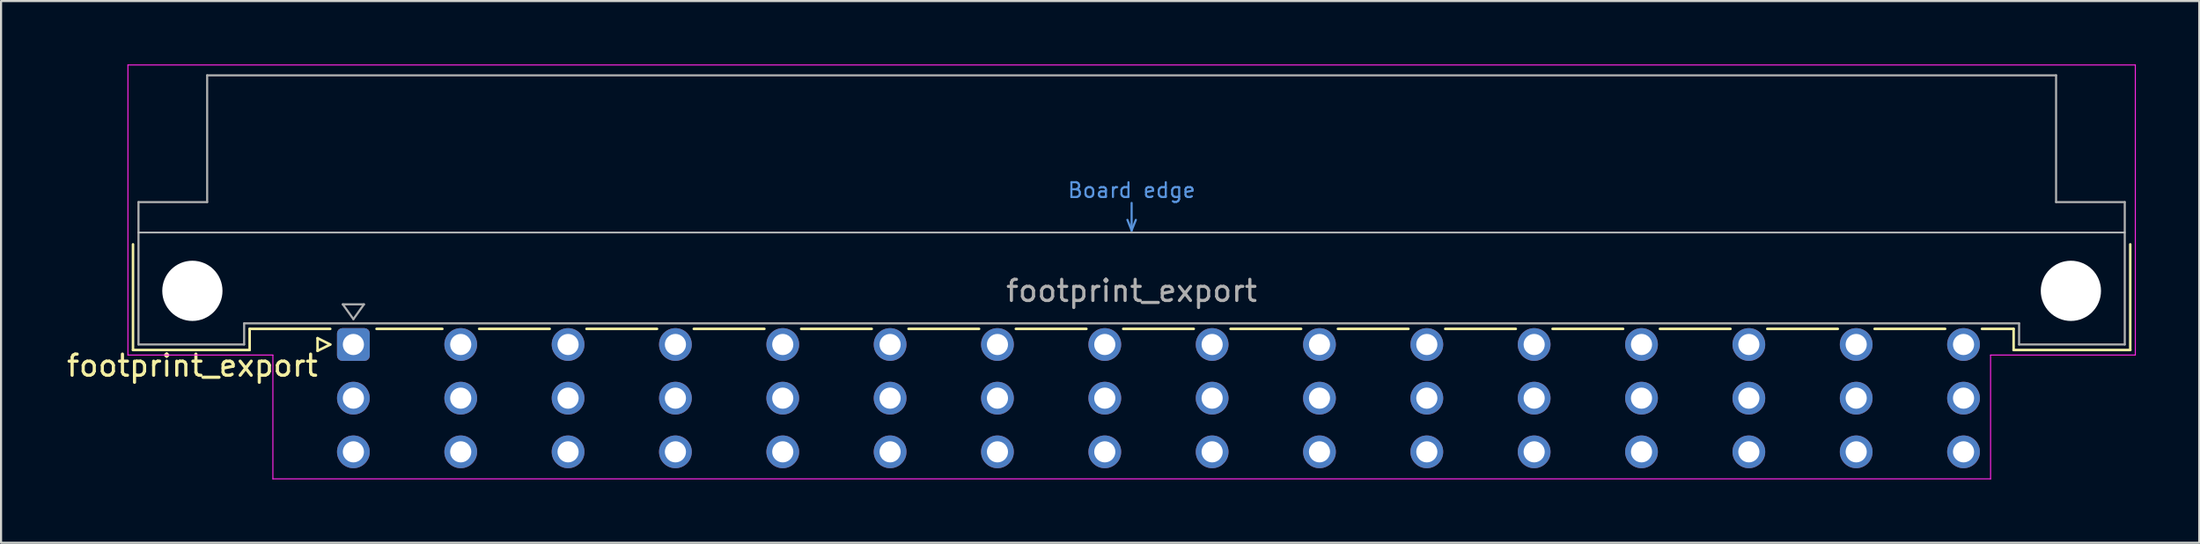
<source format=kicad_pcb>
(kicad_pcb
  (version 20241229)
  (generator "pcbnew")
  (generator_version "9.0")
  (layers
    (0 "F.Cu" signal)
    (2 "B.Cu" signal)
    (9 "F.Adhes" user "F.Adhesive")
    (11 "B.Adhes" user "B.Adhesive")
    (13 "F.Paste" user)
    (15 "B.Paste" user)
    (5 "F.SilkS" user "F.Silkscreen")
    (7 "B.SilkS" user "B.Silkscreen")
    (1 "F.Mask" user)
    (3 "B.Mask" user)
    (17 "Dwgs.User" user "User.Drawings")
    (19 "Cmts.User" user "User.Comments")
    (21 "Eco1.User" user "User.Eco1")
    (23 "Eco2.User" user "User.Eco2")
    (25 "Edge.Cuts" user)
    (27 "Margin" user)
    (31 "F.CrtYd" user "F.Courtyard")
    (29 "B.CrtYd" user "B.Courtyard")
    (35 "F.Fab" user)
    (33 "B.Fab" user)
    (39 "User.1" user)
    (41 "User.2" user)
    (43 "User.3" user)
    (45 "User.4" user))
  (footprint "footprint_export"
    (layer "F.Cu")
    (at 11.134 13.255)
    (property "Reference" "footprint_export" (at -5.08 1 0) (layer "F.SilkS") (effects (font (size 1 1) (thickness 0.15))))
    (attr through_hole)
    (fp_line (start -7.89 -4.74) (end -7.89 0.26) (stroke (width 0.12) (type solid)) (layer "F.SilkS"))
    (fp_line (start -7.89 0.26) (end -2.37 0.26) (stroke (width 0.12) (type solid)) (layer "F.SilkS"))
    (fp_line (start -2.371 -0.74) (end 1.445 -0.74) (stroke (width 0.12) (type solid)) (layer "F.SilkS"))
    (fp_line (start -2.37 0.26) (end -2.37 -0.74) (stroke (width 0.12) (type solid)) (layer "F.SilkS"))
    (fp_line (start 0.845 -0.3) (end 0.845 0.3) (stroke (width 0.12) (type solid)) (layer "F.SilkS"))
    (fp_line (start 0.845 0.3) (end 1.445 0) (stroke (width 0.12) (type solid)) (layer "F.SilkS"))
    (fp_line (start 1.445 0) (end 0.845 -0.3) (stroke (width 0.12) (type solid)) (layer "F.SilkS"))
    (fp_line (start 3.635 -0.74) (end 6.751 -0.74) (stroke (width 0.12) (type solid)) (layer "F.SilkS"))
    (fp_line (start 8.49 -0.74) (end 11.831 -0.74) (stroke (width 0.12) (type solid)) (layer "F.SilkS"))
    (fp_line (start 13.57 -0.74) (end 16.911 -0.74) (stroke (width 0.12) (type solid)) (layer "F.SilkS"))
    (fp_line (start 18.65 -0.74) (end 21.991 -0.74) (stroke (width 0.12) (type solid)) (layer "F.SilkS"))
    (fp_line (start 23.73 -0.74) (end 27.071 -0.74) (stroke (width 0.12) (type solid)) (layer "F.SilkS"))
    (fp_line (start 28.81 -0.74) (end 32.151 -0.74) (stroke (width 0.12) (type solid)) (layer "F.SilkS"))
    (fp_line (start 33.89 -0.74) (end 37.231 -0.74) (stroke (width 0.12) (type solid)) (layer "F.SilkS"))
    (fp_line (start 38.97 -0.74) (end 42.311 -0.74) (stroke (width 0.12) (type solid)) (layer "F.SilkS"))
    (fp_line (start 44.05 -0.74) (end 47.391 -0.74) (stroke (width 0.12) (type solid)) (layer "F.SilkS"))
    (fp_line (start 49.13 -0.74) (end 52.471 -0.74) (stroke (width 0.12) (type solid)) (layer "F.SilkS"))
    (fp_line (start 54.21 -0.74) (end 57.551 -0.74) (stroke (width 0.12) (type solid)) (layer "F.SilkS"))
    (fp_line (start 59.29 -0.74) (end 62.631 -0.74) (stroke (width 0.12) (type solid)) (layer "F.SilkS"))
    (fp_line (start 64.37 -0.74) (end 67.711 -0.74) (stroke (width 0.12) (type solid)) (layer "F.SilkS"))
    (fp_line (start 69.45 -0.74) (end 72.791 -0.74) (stroke (width 0.12) (type solid)) (layer "F.SilkS"))
    (fp_line (start 74.53 -0.74) (end 77.871 -0.74) (stroke (width 0.12) (type solid)) (layer "F.SilkS"))
    (fp_line (start 79.61 -0.74) (end 81.11 -0.74) (stroke (width 0.12) (type solid)) (layer "F.SilkS"))
    (fp_line (start 81.11 0.26) (end 81.11 -0.74) (stroke (width 0.12) (type solid)) (layer "F.SilkS"))
    (fp_line (start 86.63 -4.74) (end 86.63 0.26) (stroke (width 0.12) (type solid)) (layer "F.SilkS"))
    (fp_line (start 86.63 0.26) (end 81.11 0.26) (stroke (width 0.12) (type solid)) (layer "F.SilkS"))
    (fp_line (start -7.63 -5.3) (end 86.37 -5.3) (stroke (width 0.08) (type solid)) (layer "Dwgs.User"))
    (fp_line (start 39.17 -5.9) (end 39.37 -5.4) (stroke (width 0.1) (type solid)) (layer "Cmts.User"))
    (fp_line (start 39.37 -5.4) (end 39.37 -6.7) (stroke (width 0.1) (type solid)) (layer "Cmts.User"))
    (fp_line (start 39.37 -5.4) (end 39.57 -5.9) (stroke (width 0.1) (type solid)) (layer "Cmts.User"))
    (fp_line (start -8.13 -13.23) (end -8.13 0.5) (stroke (width 0.05) (type solid)) (layer "F.CrtYd"))
    (fp_line (start -8.13 0.5) (end -1.27 0.5) (stroke (width 0.05) (type solid)) (layer "F.CrtYd"))
    (fp_line (start -1.27 0.5) (end -1.27 6.36) (stroke (width 0.05) (type solid)) (layer "F.CrtYd"))
    (fp_line (start -1.27 6.36) (end 80.02 6.36) (stroke (width 0.05) (type solid)) (layer "F.CrtYd"))
    (fp_line (start 80.02 0.5) (end 86.87 0.5) (stroke (width 0.05) (type solid)) (layer "F.CrtYd"))
    (fp_line (start 80.02 6.36) (end 80.02 0.5) (stroke (width 0.05) (type solid)) (layer "F.CrtYd"))
    (fp_line (start 86.87 -13.23) (end -8.13 -13.23) (stroke (width 0.05) (type solid)) (layer "F.CrtYd"))
    (fp_line (start 86.87 0.5) (end 86.87 -13.23) (stroke (width 0.05) (type solid)) (layer "F.CrtYd"))
    (fp_line (start -7.63 -6.74) (end -7.63 0) (stroke (width 0.1) (type solid)) (layer "F.Fab"))
    (fp_line (start -7.63 0) (end -2.63 0) (stroke (width 0.1) (type solid)) (layer "F.Fab"))
    (fp_line (start -4.38 -12.74) (end -4.38 -6.74) (stroke (width 0.1) (type solid)) (layer "F.Fab"))
    (fp_line (start -4.38 -6.74) (end -7.63 -6.74) (stroke (width 0.1) (type solid)) (layer "F.Fab"))
    (fp_line (start -2.63 -1) (end 81.37 -1) (stroke (width 0.1) (type solid)) (layer "F.Fab"))
    (fp_line (start -2.63 0) (end -2.63 -1) (stroke (width 0.1) (type solid)) (layer "F.Fab"))
    (fp_line (start 2.04 -1.9) (end 3.04 -1.9) (stroke (width 0.1) (type solid)) (layer "F.Fab"))
    (fp_line (start 2.54 -1.2) (end 2.04 -1.9) (stroke (width 0.1) (type solid)) (layer "F.Fab"))
    (fp_line (start 3.04 -1.9) (end 2.54 -1.2) (stroke (width 0.1) (type solid)) (layer "F.Fab"))
    (fp_line (start 81.37 -1) (end 81.37 0) (stroke (width 0.1) (type solid)) (layer "F.Fab"))
    (fp_line (start 81.37 0) (end 86.37 0) (stroke (width 0.1) (type solid)) (layer "F.Fab"))
    (fp_line (start 83.12 -12.74) (end -4.38 -12.74) (stroke (width 0.1) (type solid)) (layer "F.Fab"))
    (fp_line (start 83.12 -6.74) (end 83.12 -12.74) (stroke (width 0.1) (type solid)) (layer "F.Fab"))
    (fp_line (start 86.37 -6.74) (end 83.12 -6.74) (stroke (width 0.1) (type solid)) (layer "F.Fab"))
    (fp_line (start 86.37 0) (end 86.37 -6.74) (stroke (width 0.1) (type solid)) (layer "F.Fab"))
    (fp_text user "Board edge" (at 39.37 -7.3 0) (layer "Cmts.User") (effects (font (size 0.7 0.7) (thickness 0.1))))
    (fp_text user "${REFERENCE}" (at 39.37 -2.54 0) (layer "F.Fab") (effects (font (size 1 1) (thickness 0.15))))
    (pad "" np_thru_hole circle (at -5.08 -2.54) (size 2.85 2.85) (drill 2.85) (layers "*.Cu" "*.Mask"))
    (pad "" np_thru_hole circle (at 83.82 -2.54) (size 2.85 2.85) (drill 2.85) (layers "*.Cu" "*.Mask"))
    (pad "b2" thru_hole circle (at 2.54 2.54) (size 1.55 1.55) (drill 1) (layers "*.Cu" "*.Mask"))
    (pad "b4" thru_hole circle (at 7.62 2.54) (size 1.55 1.55) (drill 1) (layers "*.Cu" "*.Mask"))
    (pad "b6" thru_hole circle (at 12.7 2.54) (size 1.55 1.55) (drill 1) (layers "*.Cu" "*.Mask"))
    (pad "b8" thru_hole circle (at 17.78 2.54) (size 1.55 1.55) (drill 1) (layers "*.Cu" "*.Mask"))
    (pad "b10" thru_hole circle (at 22.86 2.54) (size 1.55 1.55) (drill 1) (layers "*.Cu" "*.Mask"))
    (pad "b12" thru_hole circle (at 27.94 2.54) (size 1.55 1.55) (drill 1) (layers "*.Cu" "*.Mask"))
    (pad "b14" thru_hole circle (at 33.02 2.54) (size 1.55 1.55) (drill 1) (layers "*.Cu" "*.Mask"))
    (pad "b16" thru_hole circle (at 38.1 2.54) (size 1.55 1.55) (drill 1) (layers "*.Cu" "*.Mask"))
    (pad "b18" thru_hole circle (at 43.18 2.54) (size 1.55 1.55) (drill 1) (layers "*.Cu" "*.Mask"))
    (pad "b20" thru_hole circle (at 48.26 2.54) (size 1.55 1.55) (drill 1) (layers "*.Cu" "*.Mask"))
    (pad "b22" thru_hole circle (at 53.34 2.54) (size 1.55 1.55) (drill 1) (layers "*.Cu" "*.Mask"))
    (pad "b24" thru_hole circle (at 58.42 2.54) (size 1.55 1.55) (drill 1) (layers "*.Cu" "*.Mask"))
    (pad "b26" thru_hole circle (at 63.5 2.54) (size 1.55 1.55) (drill 1) (layers "*.Cu" "*.Mask"))
    (pad "b28" thru_hole circle (at 68.58 2.54) (size 1.55 1.55) (drill 1) (layers "*.Cu" "*.Mask"))
    (pad "b30" thru_hole circle (at 73.66 2.54) (size 1.55 1.55) (drill 1) (layers "*.Cu" "*.Mask"))
    (pad "b32" thru_hole circle (at 78.74 2.54) (size 1.55 1.55) (drill 1) (layers "*.Cu" "*.Mask"))
    (pad "d2" thru_hole circle (at 2.54 5.08) (size 1.55 1.55) (drill 1) (layers "*.Cu" "*.Mask"))
    (pad "d4" thru_hole circle (at 7.62 5.08) (size 1.55 1.55) (drill 1) (layers "*.Cu" "*.Mask"))
    (pad "d6" thru_hole circle (at 12.7 5.08) (size 1.55 1.55) (drill 1) (layers "*.Cu" "*.Mask"))
    (pad "d8" thru_hole circle (at 17.78 5.08) (size 1.55 1.55) (drill 1) (layers "*.Cu" "*.Mask"))
    (pad "d10" thru_hole circle (at 22.86 5.08) (size 1.55 1.55) (drill 1) (layers "*.Cu" "*.Mask"))
    (pad "d12" thru_hole circle (at 27.94 5.08) (size 1.55 1.55) (drill 1) (layers "*.Cu" "*.Mask"))
    (pad "d14" thru_hole circle (at 33.02 5.08) (size 1.55 1.55) (drill 1) (layers "*.Cu" "*.Mask"))
    (pad "d16" thru_hole circle (at 38.1 5.08) (size 1.55 1.55) (drill 1) (layers "*.Cu" "*.Mask"))
    (pad "d18" thru_hole circle (at 43.18 5.08) (size 1.55 1.55) (drill 1) (layers "*.Cu" "*.Mask"))
    (pad "d20" thru_hole circle (at 48.26 5.08) (size 1.55 1.55) (drill 1) (layers "*.Cu" "*.Mask"))
    (pad "d22" thru_hole circle (at 53.34 5.08) (size 1.55 1.55) (drill 1) (layers "*.Cu" "*.Mask"))
    (pad "d24" thru_hole circle (at 58.42 5.08) (size 1.55 1.55) (drill 1) (layers "*.Cu" "*.Mask"))
    (pad "d26" thru_hole circle (at 63.5 5.08) (size 1.55 1.55) (drill 1) (layers "*.Cu" "*.Mask"))
    (pad "d28" thru_hole circle (at 68.58 5.08) (size 1.55 1.55) (drill 1) (layers "*.Cu" "*.Mask"))
    (pad "d30" thru_hole circle (at 73.66 5.08) (size 1.55 1.55) (drill 1) (layers "*.Cu" "*.Mask"))
    (pad "d32" thru_hole circle (at 78.74 5.08) (size 1.55 1.55) (drill 1) (layers "*.Cu" "*.Mask"))
    (pad "z2" thru_hole roundrect (at 2.54 0) (size 1.55 1.55) (drill 1) (layers "*.Cu" "*.Mask") (roundrect_rratio 0.161))
    (pad "z4" thru_hole circle (at 7.62 0) (size 1.55 1.55) (drill 1) (layers "*.Cu" "*.Mask"))
    (pad "z6" thru_hole circle (at 12.7 0) (size 1.55 1.55) (drill 1) (layers "*.Cu" "*.Mask"))
    (pad "z8" thru_hole circle (at 17.78 0) (size 1.55 1.55) (drill 1) (layers "*.Cu" "*.Mask"))
    (pad "z10" thru_hole circle (at 22.86 0) (size 1.55 1.55) (drill 1) (layers "*.Cu" "*.Mask"))
    (pad "z12" thru_hole circle (at 27.94 0) (size 1.55 1.55) (drill 1) (layers "*.Cu" "*.Mask"))
    (pad "z14" thru_hole circle (at 33.02 0) (size 1.55 1.55) (drill 1) (layers "*.Cu" "*.Mask"))
    (pad "z16" thru_hole circle (at 38.1 0) (size 1.55 1.55) (drill 1) (layers "*.Cu" "*.Mask"))
    (pad "z18" thru_hole circle (at 43.18 0) (size 1.55 1.55) (drill 1) (layers "*.Cu" "*.Mask"))
    (pad "z20" thru_hole circle (at 48.26 0) (size 1.55 1.55) (drill 1) (layers "*.Cu" "*.Mask"))
    (pad "z22" thru_hole circle (at 53.34 0) (size 1.55 1.55) (drill 1) (layers "*.Cu" "*.Mask"))
    (pad "z24" thru_hole circle (at 58.42 0) (size 1.55 1.55) (drill 1) (layers "*.Cu" "*.Mask"))
    (pad "z26" thru_hole circle (at 63.5 0) (size 1.55 1.55) (drill 1) (layers "*.Cu" "*.Mask"))
    (pad "z28" thru_hole circle (at 68.58 0) (size 1.55 1.55) (drill 1) (layers "*.Cu" "*.Mask"))
    (pad "z30" thru_hole circle (at 73.66 0) (size 1.55 1.55) (drill 1) (layers "*.Cu" "*.Mask"))
    (pad "z32" thru_hole circle (at 78.74 0) (size 1.55 1.55) (drill 1) (layers "*.Cu" "*.Mask")))
  (gr_rect
    (start -3 -3)
    (end 101.029 22.64)
    (stroke (width 0.1) (type default))
    (fill no)
    (layer "Edge.Cuts")))
</source>
